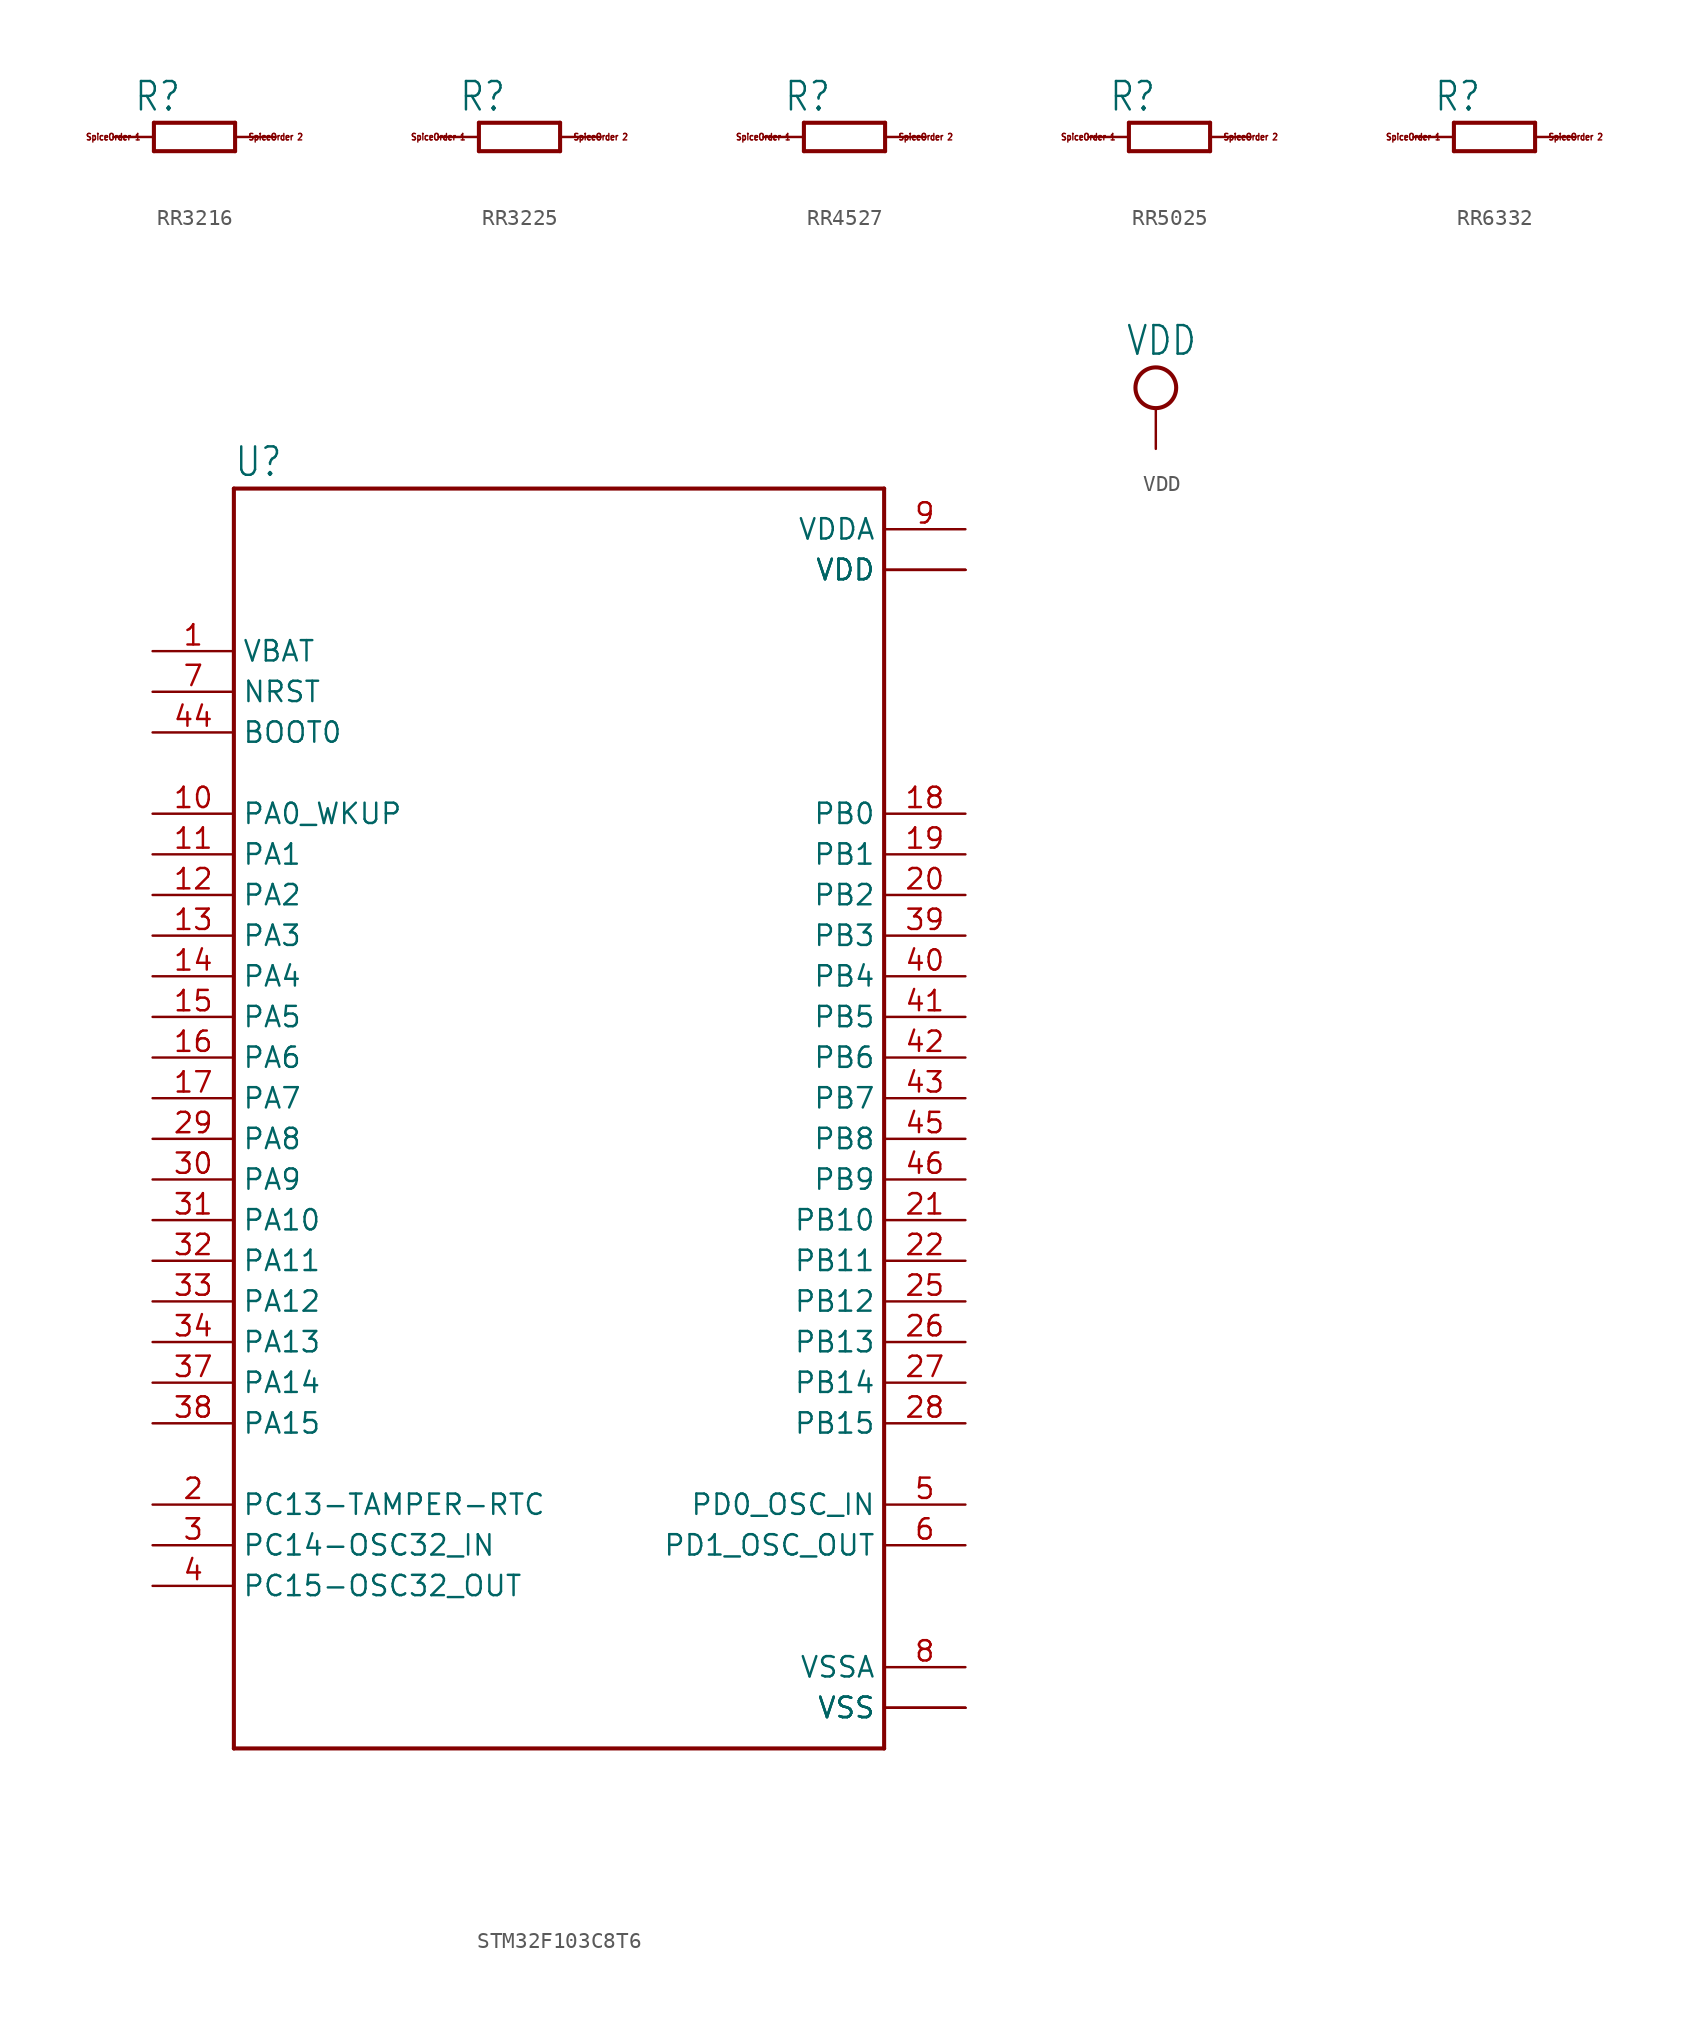
<source format=kicad_sym>
(kicad_symbol_lib
  (version 20220914)
  (generator kicad_symbol_editor)
  (symbol "RR3216"
    (property "Reference" "R"
      (at -3.81 1.499 0)
      (effects (font (size 1.778 1.511)) (justify left bottom)))
    (property "Value" ""
      (at -3.81 -3.302 0)
      (effects (font (size 1.778 1.511)) (justify left bottom)))
    (property "ki_locked" ""
      (at 0 0 0)
      (effects (font (size 1.27 1.27))))
    (symbol "RR3216_1_0"
      (polyline (pts (xy -2.54 -0.889) (xy -2.54 0.889)) (stroke (width 0.254) (type solid)) (fill (type none)))
      (polyline (pts (xy -2.54 -0.889) (xy 2.54 -0.889)) (stroke (width 0.254) (type solid)) (fill (type none)))
      (polyline (pts (xy 2.54 -0.889) (xy 2.54 0.889)) (stroke (width 0.254) (type solid)) (fill (type none)))
      (polyline (pts (xy 2.54 0.889) (xy -2.54 0.889)) (stroke (width 0.254) (type solid)) (fill (type none)))
      (text "SpiceOrder 1" (at -5.08 0 0) (effects (font (size 0.406 0.345))))
      (text "SpiceOrder 2" (at 5.08 0 0) (effects (font (size 0.406 0.345))))
      (pin passive line (at -5.08 0 0) (length 2.54) (name "1" (effects (font (size 0 0)))) (number "1" (effects (font (size 0 0)))))
      (pin passive line (at 5.08 0 180) (length 2.54) (name "2" (effects (font (size 0 0)))) (number "2" (effects (font (size 0 0)))))))
  (symbol "RR3225"
    (property "Reference" "R"
      (at -3.81 1.499 0)
      (effects (font (size 1.778 1.511)) (justify left bottom)))
    (property "Value" ""
      (at -3.81 -3.302 0)
      (effects (font (size 1.778 1.511)) (justify left bottom)))
    (property "ki_locked" ""
      (at 0 0 0)
      (effects (font (size 1.27 1.27))))
    (symbol "RR3225_1_0"
      (polyline (pts (xy -2.54 -0.889) (xy -2.54 0.889)) (stroke (width 0.254) (type solid)) (fill (type none)))
      (polyline (pts (xy -2.54 -0.889) (xy 2.54 -0.889)) (stroke (width 0.254) (type solid)) (fill (type none)))
      (polyline (pts (xy 2.54 -0.889) (xy 2.54 0.889)) (stroke (width 0.254) (type solid)) (fill (type none)))
      (polyline (pts (xy 2.54 0.889) (xy -2.54 0.889)) (stroke (width 0.254) (type solid)) (fill (type none)))
      (text "SpiceOrder 1" (at -5.08 0 0) (effects (font (size 0.406 0.345))))
      (text "SpiceOrder 2" (at 5.08 0 0) (effects (font (size 0.406 0.345))))
      (pin passive line (at -5.08 0 0) (length 2.54) (name "1" (effects (font (size 0 0)))) (number "1" (effects (font (size 0 0)))))
      (pin passive line (at 5.08 0 180) (length 2.54) (name "2" (effects (font (size 0 0)))) (number "2" (effects (font (size 0 0)))))))
  (symbol "RR4527"
    (property "Reference" "R"
      (at -3.81 1.499 0)
      (effects (font (size 1.778 1.511)) (justify left bottom)))
    (property "Value" ""
      (at -3.81 -3.302 0)
      (effects (font (size 1.778 1.511)) (justify left bottom)))
    (property "ki_locked" ""
      (at 0 0 0)
      (effects (font (size 1.27 1.27))))
    (symbol "RR4527_1_0"
      (polyline (pts (xy -2.54 -0.889) (xy -2.54 0.889)) (stroke (width 0.254) (type solid)) (fill (type none)))
      (polyline (pts (xy -2.54 -0.889) (xy 2.54 -0.889)) (stroke (width 0.254) (type solid)) (fill (type none)))
      (polyline (pts (xy 2.54 -0.889) (xy 2.54 0.889)) (stroke (width 0.254) (type solid)) (fill (type none)))
      (polyline (pts (xy 2.54 0.889) (xy -2.54 0.889)) (stroke (width 0.254) (type solid)) (fill (type none)))
      (text "SpiceOrder 1" (at -5.08 0 0) (effects (font (size 0.406 0.345))))
      (text "SpiceOrder 2" (at 5.08 0 0) (effects (font (size 0.406 0.345))))
      (pin passive line (at -5.08 0 0) (length 2.54) (name "1" (effects (font (size 0 0)))) (number "1" (effects (font (size 0 0)))))
      (pin passive line (at 5.08 0 180) (length 2.54) (name "2" (effects (font (size 0 0)))) (number "2" (effects (font (size 0 0)))))))
  (symbol "RR5025"
    (property "Reference" "R"
      (at -3.81 1.499 0)
      (effects (font (size 1.778 1.511)) (justify left bottom)))
    (property "Value" ""
      (at -3.81 -3.302 0)
      (effects (font (size 1.778 1.511)) (justify left bottom)))
    (property "ki_locked" ""
      (at 0 0 0)
      (effects (font (size 1.27 1.27))))
    (symbol "RR5025_1_0"
      (polyline (pts (xy -2.54 -0.889) (xy -2.54 0.889)) (stroke (width 0.254) (type solid)) (fill (type none)))
      (polyline (pts (xy -2.54 -0.889) (xy 2.54 -0.889)) (stroke (width 0.254) (type solid)) (fill (type none)))
      (polyline (pts (xy 2.54 -0.889) (xy 2.54 0.889)) (stroke (width 0.254) (type solid)) (fill (type none)))
      (polyline (pts (xy 2.54 0.889) (xy -2.54 0.889)) (stroke (width 0.254) (type solid)) (fill (type none)))
      (text "SpiceOrder 1" (at -5.08 0 0) (effects (font (size 0.406 0.345))))
      (text "SpiceOrder 2" (at 5.08 0 0) (effects (font (size 0.406 0.345))))
      (pin passive line (at -5.08 0 0) (length 2.54) (name "1" (effects (font (size 0 0)))) (number "1" (effects (font (size 0 0)))))
      (pin passive line (at 5.08 0 180) (length 2.54) (name "2" (effects (font (size 0 0)))) (number "2" (effects (font (size 0 0)))))))
  (symbol "RR6332"
    (property "Reference" "R"
      (at -3.81 1.499 0)
      (effects (font (size 1.778 1.511)) (justify left bottom)))
    (property "Value" ""
      (at -3.81 -3.302 0)
      (effects (font (size 1.778 1.511)) (justify left bottom)))
    (property "ki_locked" ""
      (at 0 0 0)
      (effects (font (size 1.27 1.27))))
    (symbol "RR6332_1_0"
      (polyline (pts (xy -2.54 -0.889) (xy -2.54 0.889)) (stroke (width 0.254) (type solid)) (fill (type none)))
      (polyline (pts (xy -2.54 -0.889) (xy 2.54 -0.889)) (stroke (width 0.254) (type solid)) (fill (type none)))
      (polyline (pts (xy 2.54 -0.889) (xy 2.54 0.889)) (stroke (width 0.254) (type solid)) (fill (type none)))
      (polyline (pts (xy 2.54 0.889) (xy -2.54 0.889)) (stroke (width 0.254) (type solid)) (fill (type none)))
      (text "SpiceOrder 1" (at -5.08 0 0) (effects (font (size 0.406 0.345))))
      (text "SpiceOrder 2" (at 5.08 0 0) (effects (font (size 0.406 0.345))))
      (pin passive line (at -5.08 0 0) (length 2.54) (name "1" (effects (font (size 0 0)))) (number "1" (effects (font (size 0 0)))))
      (pin passive line (at 5.08 0 180) (length 2.54) (name "2" (effects (font (size 0 0)))) (number "2" (effects (font (size 0 0)))))))
  (symbol "STM32F103C8T6"
    (property "Reference" "U"
      (at -20.32 41.275 0)
      (effects (font (size 1.778 1.511)) (justify left bottom)))
    (property "Value" ""
      (at -20.32 -40.64 0)
      (effects (font (size 1.778 1.511)) (justify left bottom)))
    (property "ki_locked" ""
      (at 0 0 0)
      (effects (font (size 1.27 1.27))))
    (symbol "STM32F103C8T6_1_0"
      (polyline (pts (xy -20.32 -38.1) (xy -20.32 40.64)) (stroke (width 0.254) (type solid)) (fill (type none)))
      (polyline (pts (xy -20.32 40.64) (xy 20.32 40.64)) (stroke (width 0.254) (type solid)) (fill (type none)))
      (polyline (pts (xy 20.32 -38.1) (xy -20.32 -38.1)) (stroke (width 0.254) (type solid)) (fill (type none)))
      (polyline (pts (xy 20.32 40.64) (xy 20.32 -38.1)) (stroke (width 0.254) (type solid)) (fill (type none)))
      (pin power_in line (at -25.4 30.48 0) (length 5.08) (name "VBAT" (effects (font (size 1.27 1.27)))) (number "1" (effects (font (size 1.27 1.27)))))
      (pin bidirectional line (at -25.4 20.32 0) (length 5.08) (name "PA0_WKUP" (effects (font (size 1.27 1.27)))) (number "10" (effects (font (size 1.27 1.27)))))
      (pin bidirectional line (at -25.4 17.78 0) (length 5.08) (name "PA1" (effects (font (size 1.27 1.27)))) (number "11" (effects (font (size 1.27 1.27)))))
      (pin bidirectional line (at -25.4 15.24 0) (length 5.08) (name "PA2" (effects (font (size 1.27 1.27)))) (number "12" (effects (font (size 1.27 1.27)))))
      (pin bidirectional line (at -25.4 12.7 0) (length 5.08) (name "PA3" (effects (font (size 1.27 1.27)))) (number "13" (effects (font (size 1.27 1.27)))))
      (pin bidirectional line (at -25.4 10.16 0) (length 5.08) (name "PA4" (effects (font (size 1.27 1.27)))) (number "14" (effects (font (size 1.27 1.27)))))
      (pin bidirectional line (at -25.4 7.62 0) (length 5.08) (name "PA5" (effects (font (size 1.27 1.27)))) (number "15" (effects (font (size 1.27 1.27)))))
      (pin bidirectional line (at -25.4 5.08 0) (length 5.08) (name "PA6" (effects (font (size 1.27 1.27)))) (number "16" (effects (font (size 1.27 1.27)))))
      (pin bidirectional line (at -25.4 2.54 0) (length 5.08) (name "PA7" (effects (font (size 1.27 1.27)))) (number "17" (effects (font (size 1.27 1.27)))))
      (pin bidirectional line (at 25.4 20.32 180) (length 5.08) (name "PB0" (effects (font (size 1.27 1.27)))) (number "18" (effects (font (size 1.27 1.27)))))
      (pin bidirectional line (at 25.4 17.78 180) (length 5.08) (name "PB1" (effects (font (size 1.27 1.27)))) (number "19" (effects (font (size 1.27 1.27)))))
      (pin bidirectional line (at -25.4 -22.86 0) (length 5.08) (name "PC13-TAMPER-RTC" (effects (font (size 1.27 1.27)))) (number "2" (effects (font (size 1.27 1.27)))))
      (pin bidirectional line (at 25.4 15.24 180) (length 5.08) (name "PB2" (effects (font (size 1.27 1.27)))) (number "20" (effects (font (size 1.27 1.27)))))
      (pin bidirectional line (at 25.4 -5.08 180) (length 5.08) (name "PB10" (effects (font (size 1.27 1.27)))) (number "21" (effects (font (size 1.27 1.27)))))
      (pin bidirectional line (at 25.4 -7.62 180) (length 5.08) (name "PB11" (effects (font (size 1.27 1.27)))) (number "22" (effects (font (size 1.27 1.27)))))
      (pin power_in line (at 25.4 -35.56 180) (length 5.08) (name "VSS" (effects (font (size 1.27 1.27)))) (number "23" (effects (font (size 0 0)))))
      (pin power_in line (at 25.4 35.56 180) (length 5.08) (name "VDD" (effects (font (size 1.27 1.27)))) (number "24" (effects (font (size 0 0)))))
      (pin bidirectional line (at 25.4 -10.16 180) (length 5.08) (name "PB12" (effects (font (size 1.27 1.27)))) (number "25" (effects (font (size 1.27 1.27)))))
      (pin bidirectional line (at 25.4 -12.7 180) (length 5.08) (name "PB13" (effects (font (size 1.27 1.27)))) (number "26" (effects (font (size 1.27 1.27)))))
      (pin bidirectional line (at 25.4 -15.24 180) (length 5.08) (name "PB14" (effects (font (size 1.27 1.27)))) (number "27" (effects (font (size 1.27 1.27)))))
      (pin bidirectional line (at 25.4 -17.78 180) (length 5.08) (name "PB15" (effects (font (size 1.27 1.27)))) (number "28" (effects (font (size 1.27 1.27)))))
      (pin bidirectional line (at -25.4 0 0) (length 5.08) (name "PA8" (effects (font (size 1.27 1.27)))) (number "29" (effects (font (size 1.27 1.27)))))
      (pin bidirectional line (at -25.4 -25.4 0) (length 5.08) (name "PC14-OSC32_IN" (effects (font (size 1.27 1.27)))) (number "3" (effects (font (size 1.27 1.27)))))
      (pin bidirectional line (at -25.4 -2.54 0) (length 5.08) (name "PA9" (effects (font (size 1.27 1.27)))) (number "30" (effects (font (size 1.27 1.27)))))
      (pin bidirectional line (at -25.4 -5.08 0) (length 5.08) (name "PA10" (effects (font (size 1.27 1.27)))) (number "31" (effects (font (size 1.27 1.27)))))
      (pin bidirectional line (at -25.4 -7.62 0) (length 5.08) (name "PA11" (effects (font (size 1.27 1.27)))) (number "32" (effects (font (size 1.27 1.27)))))
      (pin bidirectional line (at -25.4 -10.16 0) (length 5.08) (name "PA12" (effects (font (size 1.27 1.27)))) (number "33" (effects (font (size 1.27 1.27)))))
      (pin bidirectional line (at -25.4 -12.7 0) (length 5.08) (name "PA13" (effects (font (size 1.27 1.27)))) (number "34" (effects (font (size 1.27 1.27)))))
      (pin power_in line (at 25.4 -35.56 180) (length 5.08) (name "VSS" (effects (font (size 1.27 1.27)))) (number "35" (effects (font (size 0 0)))))
      (pin power_in line (at 25.4 35.56 180) (length 5.08) (name "VDD" (effects (font (size 1.27 1.27)))) (number "36" (effects (font (size 0 0)))))
      (pin bidirectional line (at -25.4 -15.24 0) (length 5.08) (name "PA14" (effects (font (size 1.27 1.27)))) (number "37" (effects (font (size 1.27 1.27)))))
      (pin bidirectional line (at -25.4 -17.78 0) (length 5.08) (name "PA15" (effects (font (size 1.27 1.27)))) (number "38" (effects (font (size 1.27 1.27)))))
      (pin bidirectional line (at 25.4 12.7 180) (length 5.08) (name "PB3" (effects (font (size 1.27 1.27)))) (number "39" (effects (font (size 1.27 1.27)))))
      (pin bidirectional line (at -25.4 -27.94 0) (length 5.08) (name "PC15-OSC32_OUT" (effects (font (size 1.27 1.27)))) (number "4" (effects (font (size 1.27 1.27)))))
      (pin bidirectional line (at 25.4 10.16 180) (length 5.08) (name "PB4" (effects (font (size 1.27 1.27)))) (number "40" (effects (font (size 1.27 1.27)))))
      (pin bidirectional line (at 25.4 7.62 180) (length 5.08) (name "PB5" (effects (font (size 1.27 1.27)))) (number "41" (effects (font (size 1.27 1.27)))))
      (pin bidirectional line (at 25.4 5.08 180) (length 5.08) (name "PB6" (effects (font (size 1.27 1.27)))) (number "42" (effects (font (size 1.27 1.27)))))
      (pin bidirectional line (at 25.4 2.54 180) (length 5.08) (name "PB7" (effects (font (size 1.27 1.27)))) (number "43" (effects (font (size 1.27 1.27)))))
      (pin input line (at -25.4 25.4 0) (length 5.08) (name "BOOT0" (effects (font (size 1.27 1.27)))) (number "44" (effects (font (size 1.27 1.27)))))
      (pin bidirectional line (at 25.4 0 180) (length 5.08) (name "PB8" (effects (font (size 1.27 1.27)))) (number "45" (effects (font (size 1.27 1.27)))))
      (pin bidirectional line (at 25.4 -2.54 180) (length 5.08) (name "PB9" (effects (font (size 1.27 1.27)))) (number "46" (effects (font (size 1.27 1.27)))))
      (pin power_in line (at 25.4 -35.56 180) (length 5.08) (name "VSS" (effects (font (size 1.27 1.27)))) (number "47" (effects (font (size 0 0)))))
      (pin power_in line (at 25.4 35.56 180) (length 5.08) (name "VDD" (effects (font (size 1.27 1.27)))) (number "48" (effects (font (size 0 0)))))
      (pin bidirectional line (at 25.4 -22.86 180) (length 5.08) (name "PD0_OSC_IN" (effects (font (size 1.27 1.27)))) (number "5" (effects (font (size 1.27 1.27)))))
      (pin bidirectional line (at 25.4 -25.4 180) (length 5.08) (name "PD1_OSC_OUT" (effects (font (size 1.27 1.27)))) (number "6" (effects (font (size 1.27 1.27)))))
      (pin input line (at -25.4 27.94 0) (length 5.08) (name "NRST" (effects (font (size 1.27 1.27)))) (number "7" (effects (font (size 1.27 1.27)))))
      (pin power_in line (at 25.4 -33.02 180) (length 5.08) (name "VSSA" (effects (font (size 1.27 1.27)))) (number "8" (effects (font (size 1.27 1.27)))))
      (pin power_in line (at 25.4 38.1 180) (length 5.08) (name "VDDA" (effects (font (size 1.27 1.27)))) (number "9" (effects (font (size 1.27 1.27)))))))
  (symbol "VDD"
    (power)
    (property "Reference" "#SUPPLY"
      (at 0 0 0)
      (effects (font (size 1.27 1.27)) hide))
    (property "Value" "VDD"
      (at -1.905 3.175 0)
      (effects (font (size 1.778 1.511)) (justify left bottom)))
    (property "ki_locked" ""
      (at 0 0 0)
      (effects (font (size 1.27 1.27))))
    (symbol "VDD_1_0"
      (circle (center 0 1.27) (radius 1.27) (stroke (width 0.254) (type solid)) (fill (type none)))
      (pin power_in line (at 0 -2.54 90) (length 2.54) (name "VDD" (effects (font (size 0 0)))) (number "1" (effects (font (size 0 0))))))))
</source>
